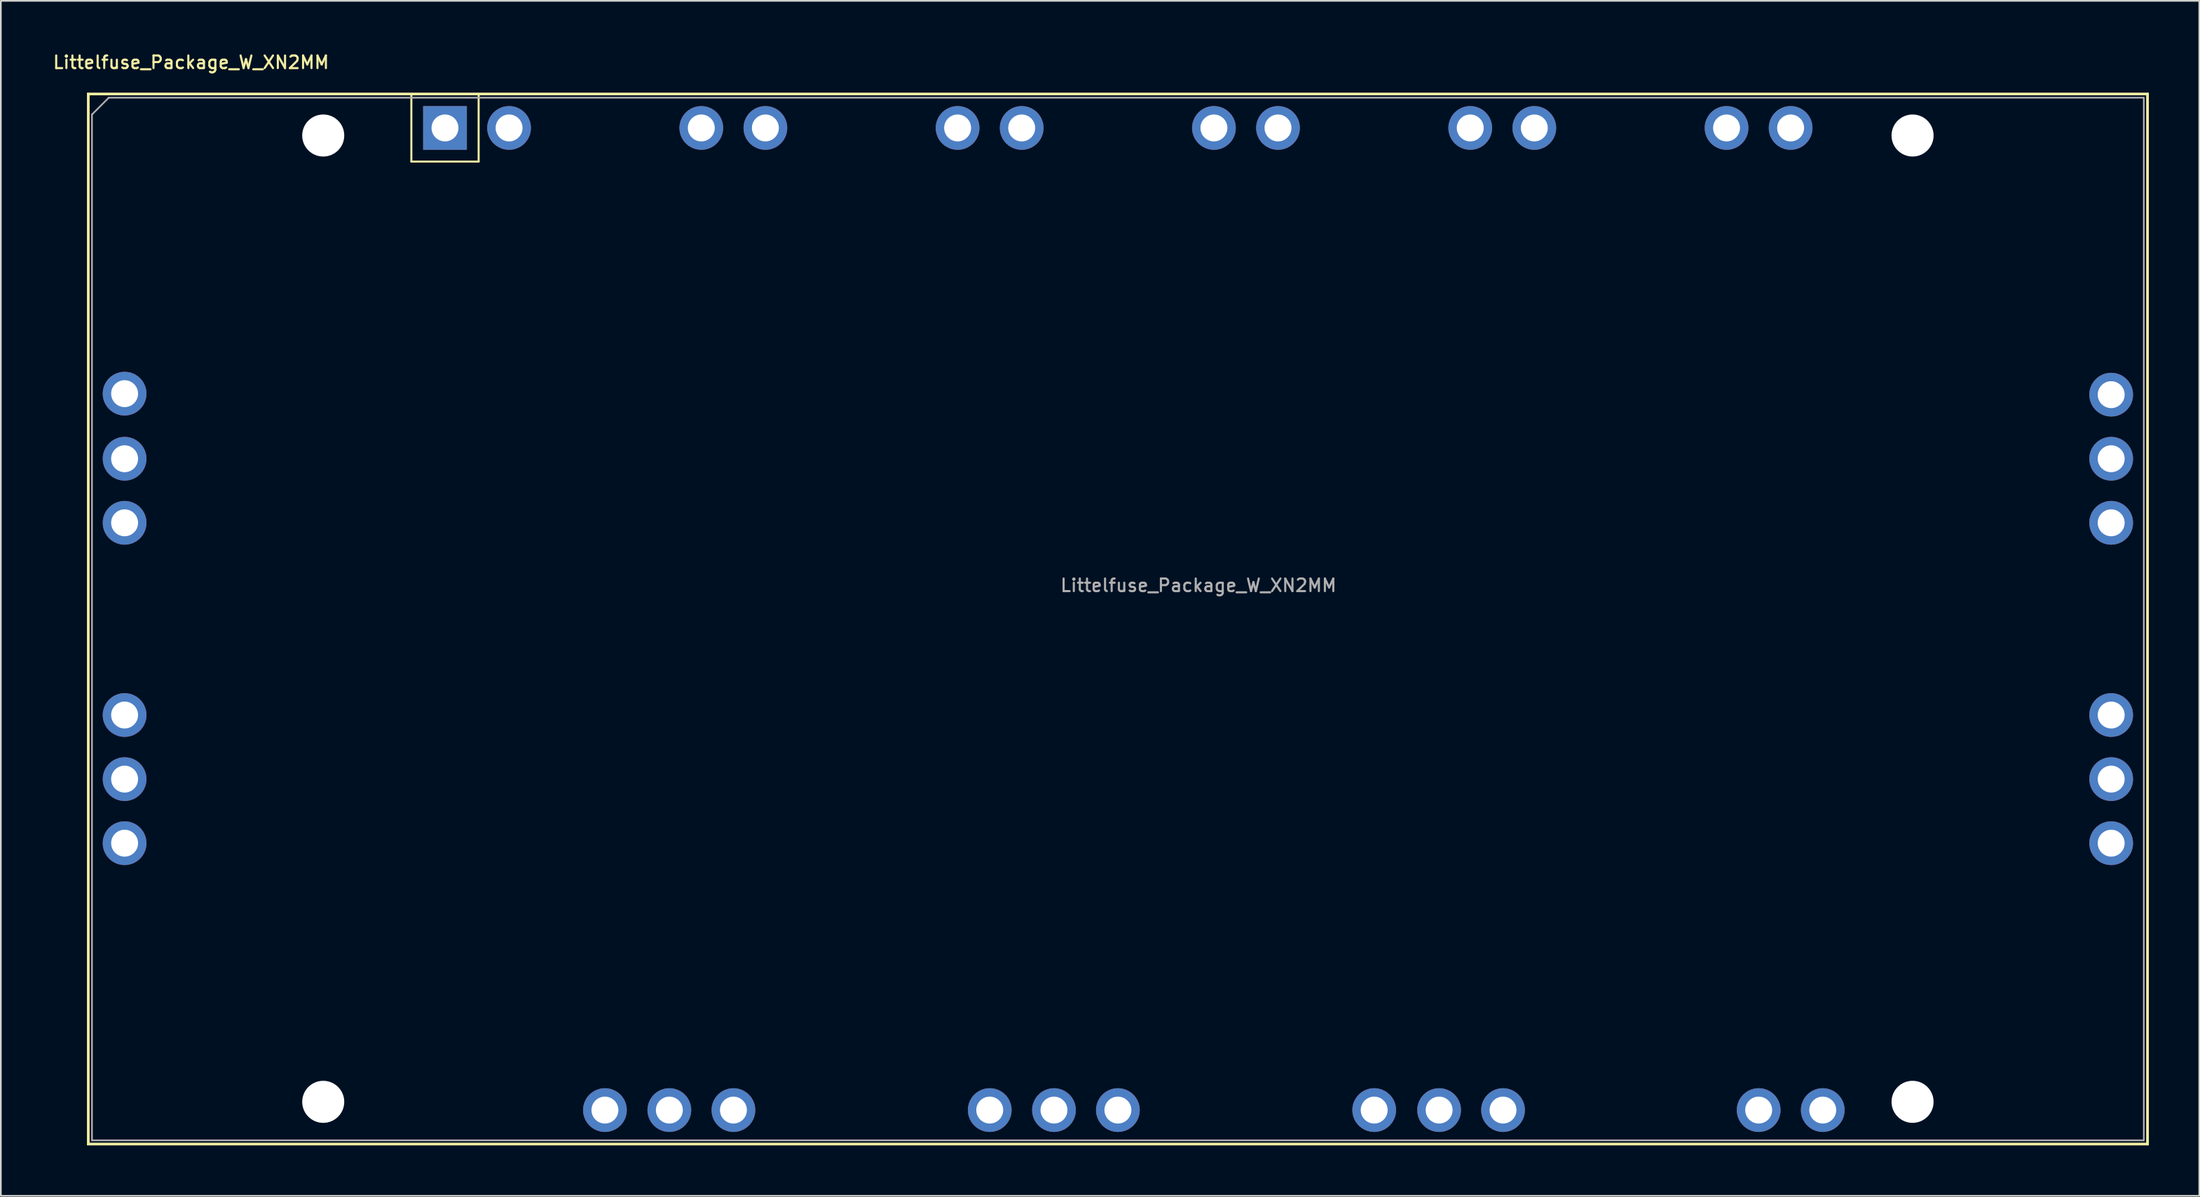
<source format=kicad_pcb>
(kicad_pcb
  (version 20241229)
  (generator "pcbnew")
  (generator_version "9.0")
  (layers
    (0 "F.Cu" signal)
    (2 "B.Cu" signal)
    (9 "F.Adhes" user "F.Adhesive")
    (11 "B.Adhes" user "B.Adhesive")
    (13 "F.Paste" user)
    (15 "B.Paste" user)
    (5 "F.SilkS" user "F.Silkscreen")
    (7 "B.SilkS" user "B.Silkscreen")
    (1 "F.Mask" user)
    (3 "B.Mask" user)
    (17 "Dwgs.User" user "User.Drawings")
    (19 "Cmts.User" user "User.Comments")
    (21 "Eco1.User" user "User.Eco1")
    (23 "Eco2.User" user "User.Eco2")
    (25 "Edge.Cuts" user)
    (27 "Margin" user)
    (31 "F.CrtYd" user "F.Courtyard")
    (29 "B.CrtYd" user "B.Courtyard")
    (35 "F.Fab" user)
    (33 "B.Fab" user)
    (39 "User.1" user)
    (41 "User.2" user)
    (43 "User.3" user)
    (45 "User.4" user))
  (footprint "Littelfuse_Package_W_XN2MM"
    (layer "F.Cu")
    (at 23.409 4.558)
    (property "Reference" "Littelfuse_Package_W_XN2MM" (at -15.1 -3.9 180) (layer "F.SilkS") (effects (font (size 0.75 0.75) (thickness 0.125))))
    (attr through_hole)
    (fp_line (start -21.24 -2.05) (end -21.24 60.45) (stroke (width 0.1) (type solid)) (layer "F.SilkS"))
    (fp_line (start -21.24 60.45) (end 101.26 60.45) (stroke (width 0.1) (type solid)) (layer "F.SilkS"))
    (fp_line (start -21.19 -2) (end 101.21 -2) (stroke (width 0.12) (type solid)) (layer "F.SilkS"))
    (fp_line (start -21.19 60.4) (end -21.19 -2) (stroke (width 0.12) (type solid)) (layer "F.SilkS"))
    (fp_line (start -2 -2) (end -2 2) (stroke (width 0.12) (type solid)) (layer "F.SilkS"))
    (fp_line (start -2 2) (end 2 2) (stroke (width 0.12) (type solid)) (layer "F.SilkS"))
    (fp_line (start 2 2) (end 2 -2) (stroke (width 0.12) (type solid)) (layer "F.SilkS"))
    (fp_line (start 101.21 -2) (end 101.21 60.4) (stroke (width 0.12) (type solid)) (layer "F.SilkS"))
    (fp_line (start 101.21 60.4) (end -21.19 60.4) (stroke (width 0.12) (type solid)) (layer "F.SilkS"))
    (fp_line (start 101.26 -2.05) (end -21.24 -2.05) (stroke (width 0.1) (type solid)) (layer "F.SilkS"))
    (fp_line (start 101.26 60.45) (end 101.26 -2.05) (stroke (width 0.1) (type solid)) (layer "F.SilkS"))
    (fp_line (start -20.99 60.2) (end -20.99 -0.8) (stroke (width 0.1) (type solid)) (layer "F.Fab"))
    (fp_line (start -19.99 -1.8) (end -20.99 -0.8) (stroke (width 0.1) (type solid)) (layer "F.Fab"))
    (fp_line (start -19.99 -1.8) (end 101.01 -1.8) (stroke (width 0.1) (type solid)) (layer "F.Fab"))
    (fp_line (start 101.01 -1.8) (end 101.01 60.2) (stroke (width 0.1) (type solid)) (layer "F.Fab"))
    (fp_line (start 101.01 60.2) (end -20.99 60.2) (stroke (width 0.1) (type solid)) (layer "F.Fab"))
    (fp_text user "${REFERENCE}" (at 44.8 27.2 180) (layer "F.Fab") (effects (font (size 0.75 0.75) (thickness 0.125))))
    (pad "" np_thru_hole circle (at -7.24 0.45) (size 2.5 2.5) (drill 2.5) (layers "*.Cu" "*.Mask"))
    (pad "" np_thru_hole circle (at -7.24 57.91) (size 2.5 2.5) (drill 2.5) (layers "*.Cu" "*.Mask"))
    (pad "" np_thru_hole circle (at 87.26 0.45) (size 2.5 2.5) (drill 2.5) (layers "*.Cu" "*.Mask"))
    (pad "" np_thru_hole circle (at 87.26 57.91) (size 2.5 2.5) (drill 2.5) (layers "*.Cu" "*.Mask"))
    (pad "1" thru_hole rect (at 0 0) (size 2.6 2.6) (drill 1.6) (layers "*.Cu" "*.Mask"))
    (pad "2" thru_hole circle (at 3.81 0) (size 2.6 2.6) (drill 1.6) (layers "*.Cu" "*.Mask"))
    (pad "3" thru_hole circle (at 15.24 0) (size 2.6 2.6) (drill 1.6) (layers "*.Cu" "*.Mask"))
    (pad "4" thru_hole circle (at 19.05 0) (size 2.6 2.6) (drill 1.6) (layers "*.Cu" "*.Mask"))
    (pad "5" thru_hole circle (at 30.48 0) (size 2.6 2.6) (drill 1.6) (layers "*.Cu" "*.Mask"))
    (pad "6" thru_hole circle (at 34.29 0) (size 2.6 2.6) (drill 1.6) (layers "*.Cu" "*.Mask"))
    (pad "7" thru_hole circle (at 45.72 0) (size 2.6 2.6) (drill 1.6) (layers "*.Cu" "*.Mask"))
    (pad "8" thru_hole circle (at 49.53 0) (size 2.6 2.6) (drill 1.6) (layers "*.Cu" "*.Mask"))
    (pad "9" thru_hole circle (at 60.96 0) (size 2.6 2.6) (drill 1.6) (layers "*.Cu" "*.Mask"))
    (pad "10" thru_hole circle (at 64.77 0) (size 2.6 2.6) (drill 1.6) (layers "*.Cu" "*.Mask"))
    (pad "11" thru_hole circle (at 76.2 0) (size 2.6 2.6) (drill 1.6) (layers "*.Cu" "*.Mask"))
    (pad "12" thru_hole circle (at 80.01 0) (size 2.6 2.6) (drill 1.6) (layers "*.Cu" "*.Mask"))
    (pad "13" thru_hole circle (at 99.07 15.86) (size 2.6 2.6) (drill 1.6) (layers "*.Cu" "*.Mask"))
    (pad "14" thru_hole circle (at 99.07 19.67) (size 2.6 2.6) (drill 1.6) (layers "*.Cu" "*.Mask"))
    (pad "15" thru_hole circle (at 99.07 23.48) (size 2.6 2.6) (drill 1.6) (layers "*.Cu" "*.Mask"))
    (pad "16" thru_hole circle (at 99.07 34.91) (size 2.6 2.6) (drill 1.6) (layers "*.Cu" "*.Mask"))
    (pad "17" thru_hole circle (at 99.07 38.72) (size 2.6 2.6) (drill 1.6) (layers "*.Cu" "*.Mask"))
    (pad "18" thru_hole circle (at 99.07 42.53) (size 2.6 2.6) (drill 1.6) (layers "*.Cu" "*.Mask"))
    (pad "19" thru_hole circle (at 81.92 58.4) (size 2.6 2.6) (drill 1.6) (layers "*.Cu" "*.Mask"))
    (pad "20" thru_hole circle (at 78.11 58.4) (size 2.6 2.6) (drill 1.6) (layers "*.Cu" "*.Mask"))
    (pad "21" thru_hole circle (at 62.91 58.4) (size 2.6 2.6) (drill 1.6) (layers "*.Cu" "*.Mask"))
    (pad "22" thru_hole circle (at 59.11 58.4) (size 2.6 2.6) (drill 1.6) (layers "*.Cu" "*.Mask"))
    (pad "23" thru_hole circle (at 55.25 58.4) (size 2.6 2.6) (drill 1.6) (layers "*.Cu" "*.Mask"))
    (pad "24" thru_hole circle (at 40.01 58.4) (size 2.6 2.6) (drill 1.6) (layers "*.Cu" "*.Mask"))
    (pad "25" thru_hole circle (at 36.21 58.4) (size 2.6 2.6) (drill 1.6) (layers "*.Cu" "*.Mask"))
    (pad "26" thru_hole circle (at 32.39 58.4) (size 2.6 2.6) (drill 1.6) (layers "*.Cu" "*.Mask"))
    (pad "27" thru_hole circle (at 17.15 58.4) (size 2.6 2.6) (drill 1.6) (layers "*.Cu" "*.Mask"))
    (pad "28" thru_hole circle (at 13.34 58.4) (size 2.6 2.6) (drill 1.6) (layers "*.Cu" "*.Mask"))
    (pad "29" thru_hole circle (at 9.51 58.4) (size 2.6 2.6) (drill 1.6) (layers "*.Cu" "*.Mask"))
    (pad "30" thru_hole circle (at -19.05 42.53) (size 2.6 2.6) (drill 1.6) (layers "*.Cu" "*.Mask"))
    (pad "31" thru_hole circle (at -19.05 38.72) (size 2.6 2.6) (drill 1.6) (layers "*.Cu" "*.Mask"))
    (pad "32" thru_hole circle (at -19.05 34.91) (size 2.6 2.6) (drill 1.6) (layers "*.Cu" "*.Mask"))
    (pad "33" thru_hole circle (at -19.05 23.48) (size 2.6 2.6) (drill 1.6) (layers "*.Cu" "*.Mask"))
    (pad "34" thru_hole circle (at -19.05 19.67) (size 2.6 2.6) (drill 1.6) (layers "*.Cu" "*.Mask"))
    (pad "35" thru_hole circle (at -19.05 15.8) (size 2.6 2.6) (drill 1.6) (layers "*.Cu" "*.Mask"))
    (zone (net_name "") (layers "F.Cu" "B.Cu") (name "MH") (hatch full 0.508) (connect_pads) (min_thickness 0.254) (filled_areas_thickness no) (keepout (tracks not_allowed) (vias not_allowed) (pads not_allowed) (copperpour not_allowed) (footprints not_allowed)) (placement (enabled no)) (fill) (polygon (pts (xy 13.924 8.758) (xy 13.905 8.297) (xy 13.847 7.84) (xy 13.751 7.389) (xy 13.618 6.948) (xy 13.448 6.519) (xy 13.243 6.106) (xy 13.004 5.712) (xy 12.733 5.339) (xy 12.432 4.99) (xy 12.102 4.667) (xy 11.747 4.373) (xy 11.369 4.11) (xy 10.969 3.88) (xy 10.552 3.683) (xy 10.12 3.523) (xy 9.676 3.399) (xy 9.223 3.312) (xy 8.765 3.264) (xy 8.304 3.254) (xy 7.844 3.283) (xy 7.387 3.351) (xy 6.939 3.456) (xy 6.5 3.598) (xy 6.075 3.777) (xy 5.666 3.991) (xy 5.277 4.238) (xy 4.91 4.516) (xy 4.567 4.825) (xy 4.252 5.161) (xy 3.965 5.522) (xy 3.71 5.906) (xy 3.488 6.31) (xy 3.301 6.732) (xy 3.149 7.167) (xy 3.034 7.614) (xy 2.957 8.068) (xy 2.919 8.528) (xy 2.919 8.989) (xy 2.957 9.448) (xy 3.034 9.903) (xy 3.149 10.349) (xy 3.301 10.785) (xy 3.488 11.206) (xy 3.71 11.61) (xy 3.965 11.994) (xy 4.252 12.355) (xy 4.567 12.691) (xy 4.91 13) (xy 5.277 13.279) (xy 5.666 13.526) (xy 6.075 13.739) (xy 6.5 13.918) (xy 6.939 14.06) (xy 7.387 14.166) (xy 7.844 14.233) (xy 8.304 14.262) (xy 8.765 14.252) (xy 9.223 14.204) (xy 9.676 14.118) (xy 10.12 13.994) (xy 10.552 13.833) (xy 10.969 13.637) (xy 11.369 13.406) (xy 11.747 13.143) (xy 12.102 12.849) (xy 12.432 12.527) (xy 12.733 12.178) (xy 13.004 11.805) (xy 13.243 11.41) (xy 13.448 10.997) (xy 13.618 10.569) (xy 13.751 10.127) (xy 13.847 9.676) (xy 13.905 9.219))))
    (zone (net_name "") (layers "F.Cu" "B.Cu") (name "MH") (hatch full 0.508) (connect_pads) (min_thickness 0.254) (filled_areas_thickness no) (keepout (tracks not_allowed) (vias not_allowed) (pads not_allowed) (copperpour not_allowed) (footprints not_allowed)) (placement (enabled no)) (fill) (polygon (pts (xy 13.924 58.758) (xy 13.905 58.297) (xy 13.847 57.84) (xy 13.751 57.389) (xy 13.618 56.948) (xy 13.448 56.519) (xy 13.243 56.106) (xy 13.004 55.712) (xy 12.733 55.339) (xy 12.432 54.99) (xy 12.102 54.667) (xy 11.747 54.373) (xy 11.369 54.11) (xy 10.969 53.88) (xy 10.552 53.683) (xy 10.12 53.523) (xy 9.676 53.399) (xy 9.223 53.312) (xy 8.765 53.264) (xy 8.304 53.254) (xy 7.844 53.283) (xy 7.387 53.351) (xy 6.939 53.456) (xy 6.5 53.598) (xy 6.075 53.777) (xy 5.666 53.991) (xy 5.277 54.238) (xy 4.91 54.516) (xy 4.567 54.825) (xy 4.252 55.161) (xy 3.965 55.522) (xy 3.71 55.906) (xy 3.488 56.31) (xy 3.301 56.732) (xy 3.149 57.167) (xy 3.034 57.614) (xy 2.957 58.068) (xy 2.919 58.528) (xy 2.919 58.989) (xy 2.957 59.448) (xy 3.034 59.903) (xy 3.149 60.349) (xy 3.301 60.785) (xy 3.488 61.206) (xy 3.71 61.61) (xy 3.965 61.994) (xy 4.252 62.355) (xy 4.567 62.691) (xy 4.91 63) (xy 5.277 63.279) (xy 5.666 63.526) (xy 6.075 63.739) (xy 6.5 63.918) (xy 6.939 64.06) (xy 7.387 64.166) (xy 7.844 64.233) (xy 8.304 64.262) (xy 8.765 64.252) (xy 9.223 64.204) (xy 9.676 64.118) (xy 10.12 63.994) (xy 10.552 63.833) (xy 10.969 63.637) (xy 11.369 63.406) (xy 11.747 63.143) (xy 12.102 62.849) (xy 12.432 62.527) (xy 12.733 62.178) (xy 13.004 61.805) (xy 13.243 61.41) (xy 13.448 60.997) (xy 13.618 60.569) (xy 13.751 60.127) (xy 13.847 59.676) (xy 13.905 59.219))))
    (zone (net_name "") (layers "F.Cu" "B.Cu") (name "MH") (hatch full 0.508) (connect_pads) (min_thickness 0.254) (filled_areas_thickness no) (keepout (tracks not_allowed) (vias not_allowed) (pads not_allowed) (copperpour not_allowed) (footprints not_allowed)) (placement (enabled no)) (fill) (polygon (pts (xy 123.924 8.758) (xy 123.905 8.297) (xy 123.847 7.84) (xy 123.751 7.389) (xy 123.618 6.948) (xy 123.448 6.519) (xy 123.243 6.106) (xy 123.004 5.712) (xy 122.733 5.339) (xy 122.432 4.99) (xy 122.102 4.667) (xy 121.747 4.373) (xy 121.369 4.11) (xy 120.969 3.88) (xy 120.552 3.683) (xy 120.12 3.523) (xy 119.676 3.399) (xy 119.223 3.312) (xy 118.765 3.264) (xy 118.304 3.254) (xy 117.844 3.283) (xy 117.387 3.351) (xy 116.939 3.456) (xy 116.5 3.598) (xy 116.075 3.777) (xy 115.666 3.991) (xy 115.277 4.238) (xy 114.91 4.516) (xy 114.567 4.825) (xy 114.252 5.161) (xy 113.965 5.522) (xy 113.71 5.906) (xy 113.488 6.31) (xy 113.301 6.732) (xy 113.149 7.167) (xy 113.034 7.614) (xy 112.957 8.068) (xy 112.919 8.528) (xy 112.919 8.989) (xy 112.957 9.448) (xy 113.034 9.903) (xy 113.149 10.349) (xy 113.301 10.785) (xy 113.488 11.206) (xy 113.71 11.61) (xy 113.965 11.994) (xy 114.252 12.355) (xy 114.567 12.691) (xy 114.91 13) (xy 115.277 13.279) (xy 115.666 13.526) (xy 116.075 13.739) (xy 116.5 13.918) (xy 116.939 14.06) (xy 117.387 14.166) (xy 117.844 14.233) (xy 118.304 14.262) (xy 118.765 14.252) (xy 119.223 14.204) (xy 119.676 14.118) (xy 120.12 13.994) (xy 120.552 13.833) (xy 120.969 13.637) (xy 121.369 13.406) (xy 121.747 13.143) (xy 122.102 12.849) (xy 122.432 12.527) (xy 122.733 12.178) (xy 123.004 11.805) (xy 123.243 11.41) (xy 123.448 10.997) (xy 123.618 10.569) (xy 123.751 10.127) (xy 123.847 9.676) (xy 123.905 9.219))))
    (zone (net_name "") (layers "F.Cu" "B.Cu") (name "MH") (hatch full 0.508) (connect_pads) (min_thickness 0.254) (filled_areas_thickness no) (keepout (tracks not_allowed) (vias not_allowed) (pads not_allowed) (copperpour not_allowed) (footprints not_allowed)) (placement (enabled no)) (fill) (polygon (pts (xy 123.924 58.758) (xy 123.905 58.297) (xy 123.847 57.84) (xy 123.751 57.389) (xy 123.618 56.948) (xy 123.448 56.519) (xy 123.243 56.106) (xy 123.004 55.712) (xy 122.733 55.339) (xy 122.432 54.99) (xy 122.102 54.667) (xy 121.747 54.373) (xy 121.369 54.11) (xy 120.969 53.88) (xy 120.552 53.683) (xy 120.12 53.523) (xy 119.676 53.399) (xy 119.223 53.312) (xy 118.765 53.264) (xy 118.304 53.254) (xy 117.844 53.283) (xy 117.387 53.351) (xy 116.939 53.456) (xy 116.5 53.598) (xy 116.075 53.777) (xy 115.666 53.991) (xy 115.277 54.238) (xy 114.91 54.516) (xy 114.567 54.825) (xy 114.252 55.161) (xy 113.965 55.522) (xy 113.71 55.906) (xy 113.488 56.31) (xy 113.301 56.732) (xy 113.149 57.167) (xy 113.034 57.614) (xy 112.957 58.068) (xy 112.919 58.528) (xy 112.919 58.989) (xy 112.957 59.448) (xy 113.034 59.903) (xy 113.149 60.349) (xy 113.301 60.785) (xy 113.488 61.206) (xy 113.71 61.61) (xy 113.965 61.994) (xy 114.252 62.355) (xy 114.567 62.691) (xy 114.91 63) (xy 115.277 63.279) (xy 115.666 63.526) (xy 116.075 63.739) (xy 116.5 63.918) (xy 116.939 64.06) (xy 117.387 64.166) (xy 117.844 64.233) (xy 118.304 64.262) (xy 118.765 64.252) (xy 119.223 64.204) (xy 119.676 64.118) (xy 120.12 63.994) (xy 120.552 63.833) (xy 120.969 63.637) (xy 121.369 63.406) (xy 121.747 63.143) (xy 122.102 62.849) (xy 122.432 62.527) (xy 122.733 62.178) (xy 123.004 61.805) (xy 123.243 61.41) (xy 123.448 60.997) (xy 123.618 60.569) (xy 123.751 60.127) (xy 123.847 59.676) (xy 123.905 59.219)))))
  (gr_rect
    (start -3 -3)
    (end 127.719 68.058)
    (stroke (width 0.1) (type default))
    (fill no)
    (layer "Edge.Cuts")))
</source>
